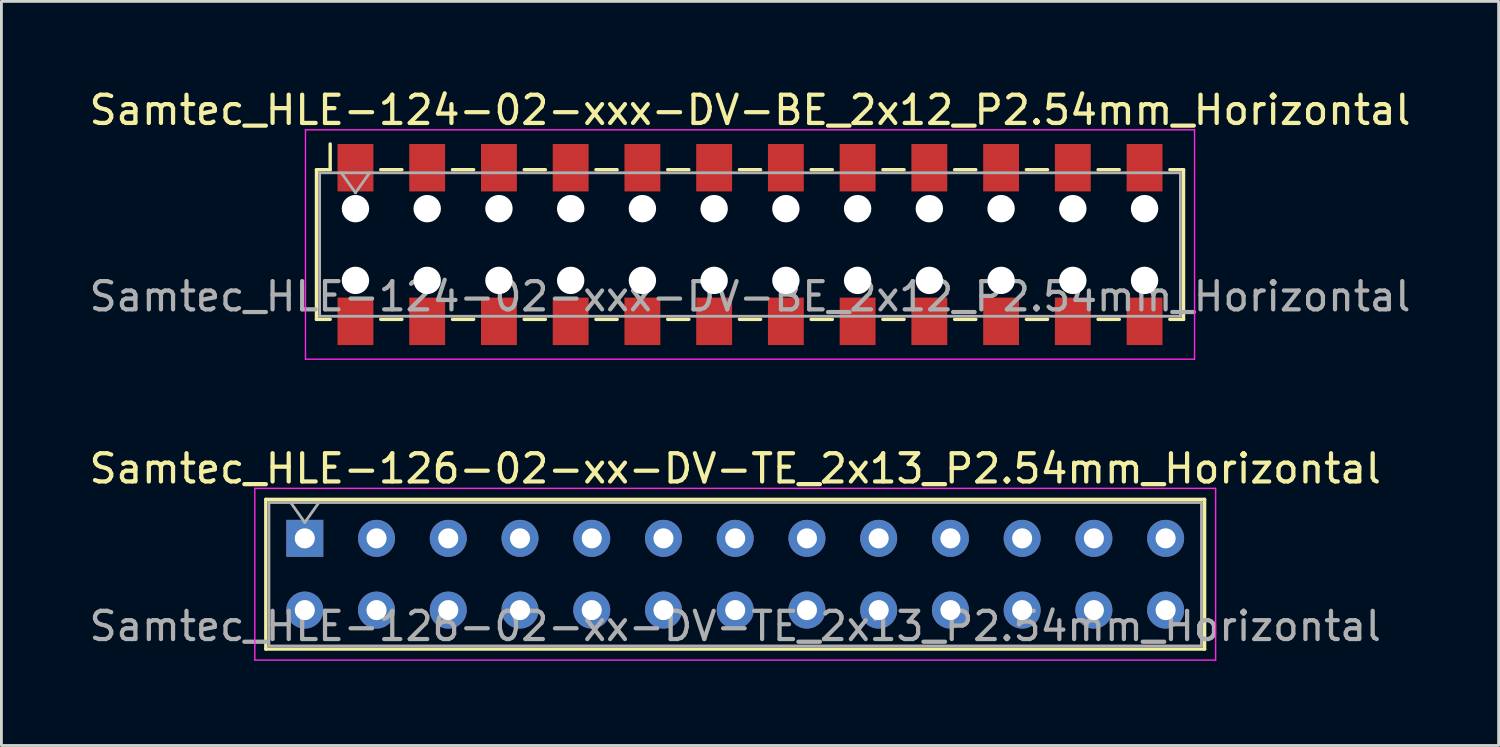
<source format=kicad_pcb>
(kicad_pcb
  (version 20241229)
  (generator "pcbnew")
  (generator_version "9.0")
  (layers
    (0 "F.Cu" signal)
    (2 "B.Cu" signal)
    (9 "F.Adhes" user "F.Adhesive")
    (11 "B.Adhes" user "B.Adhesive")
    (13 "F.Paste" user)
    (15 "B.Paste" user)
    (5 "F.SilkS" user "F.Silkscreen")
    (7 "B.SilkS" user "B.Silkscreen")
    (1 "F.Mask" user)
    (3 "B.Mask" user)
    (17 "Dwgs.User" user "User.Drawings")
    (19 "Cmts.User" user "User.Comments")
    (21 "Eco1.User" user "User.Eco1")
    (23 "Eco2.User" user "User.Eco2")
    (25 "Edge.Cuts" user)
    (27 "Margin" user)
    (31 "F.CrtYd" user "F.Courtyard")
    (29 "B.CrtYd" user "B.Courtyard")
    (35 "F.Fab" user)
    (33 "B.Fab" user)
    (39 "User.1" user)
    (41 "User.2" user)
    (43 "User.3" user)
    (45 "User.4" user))
  (footprint "Samtec_HLE-124-02-xxx-DV-BE_2x12_P2.54mm_Horizontal"
    (layer "F.Cu")
    (at 23.506 5.608)
    (property "Reference" "Samtec_HLE-124-02-xxx-DV-BE_2x12_P2.54mm_Horizontal" (at 0 -4.76 0) (layer "F.SilkS") (effects (font (size 1 1) (thickness 0.15))))
    (attr smd)
    (fp_line (start -15.35 -2.65) (end -15.35 2.65) (stroke (width 0.12) (type solid)) (layer "F.SilkS"))
    (fp_line (start -15.35 2.65) (end -14.865 2.65) (stroke (width 0.12) (type solid)) (layer "F.SilkS"))
    (fp_line (start -14.865 -3.56) (end -14.865 -2.65) (stroke (width 0.12) (type solid)) (layer "F.SilkS"))
    (fp_line (start -14.865 -2.65) (end -15.35 -2.65) (stroke (width 0.12) (type solid)) (layer "F.SilkS"))
    (fp_line (start -13.075 -2.65) (end -12.325 -2.65) (stroke (width 0.12) (type solid)) (layer "F.SilkS"))
    (fp_line (start -13.075 2.65) (end -12.325 2.65) (stroke (width 0.12) (type solid)) (layer "F.SilkS"))
    (fp_line (start -10.535 -2.65) (end -9.785 -2.65) (stroke (width 0.12) (type solid)) (layer "F.SilkS"))
    (fp_line (start -10.535 2.65) (end -9.785 2.65) (stroke (width 0.12) (type solid)) (layer "F.SilkS"))
    (fp_line (start -7.995 -2.65) (end -7.245 -2.65) (stroke (width 0.12) (type solid)) (layer "F.SilkS"))
    (fp_line (start -7.995 2.65) (end -7.245 2.65) (stroke (width 0.12) (type solid)) (layer "F.SilkS"))
    (fp_line (start -5.455 -2.65) (end -4.705 -2.65) (stroke (width 0.12) (type solid)) (layer "F.SilkS"))
    (fp_line (start -5.455 2.65) (end -4.705 2.65) (stroke (width 0.12) (type solid)) (layer "F.SilkS"))
    (fp_line (start -2.915 -2.65) (end -2.165 -2.65) (stroke (width 0.12) (type solid)) (layer "F.SilkS"))
    (fp_line (start -2.915 2.65) (end -2.165 2.65) (stroke (width 0.12) (type solid)) (layer "F.SilkS"))
    (fp_line (start -0.375 -2.65) (end 0.375 -2.65) (stroke (width 0.12) (type solid)) (layer "F.SilkS"))
    (fp_line (start -0.375 2.65) (end 0.375 2.65) (stroke (width 0.12) (type solid)) (layer "F.SilkS"))
    (fp_line (start 2.165 -2.65) (end 2.915 -2.65) (stroke (width 0.12) (type solid)) (layer "F.SilkS"))
    (fp_line (start 2.165 2.65) (end 2.915 2.65) (stroke (width 0.12) (type solid)) (layer "F.SilkS"))
    (fp_line (start 4.705 -2.65) (end 5.455 -2.65) (stroke (width 0.12) (type solid)) (layer "F.SilkS"))
    (fp_line (start 4.705 2.65) (end 5.455 2.65) (stroke (width 0.12) (type solid)) (layer "F.SilkS"))
    (fp_line (start 7.245 -2.65) (end 7.995 -2.65) (stroke (width 0.12) (type solid)) (layer "F.SilkS"))
    (fp_line (start 7.245 2.65) (end 7.995 2.65) (stroke (width 0.12) (type solid)) (layer "F.SilkS"))
    (fp_line (start 9.785 -2.65) (end 10.535 -2.65) (stroke (width 0.12) (type solid)) (layer "F.SilkS"))
    (fp_line (start 9.785 2.65) (end 10.535 2.65) (stroke (width 0.12) (type solid)) (layer "F.SilkS"))
    (fp_line (start 12.325 -2.65) (end 13.075 -2.65) (stroke (width 0.12) (type solid)) (layer "F.SilkS"))
    (fp_line (start 12.325 2.65) (end 13.075 2.65) (stroke (width 0.12) (type solid)) (layer "F.SilkS"))
    (fp_line (start 14.865 -2.65) (end 15.35 -2.65) (stroke (width 0.12) (type solid)) (layer "F.SilkS"))
    (fp_line (start 15.35 -2.65) (end 15.35 2.65) (stroke (width 0.12) (type solid)) (layer "F.SilkS"))
    (fp_line (start 15.35 2.65) (end 14.865 2.65) (stroke (width 0.12) (type solid)) (layer "F.SilkS"))
    (fp_line (start -15.74 -4.06) (end 15.74 -4.06) (stroke (width 0.05) (type solid)) (layer "F.CrtYd"))
    (fp_line (start -15.74 4.06) (end -15.74 -4.06) (stroke (width 0.05) (type solid)) (layer "F.CrtYd"))
    (fp_line (start 15.74 -4.06) (end 15.74 4.06) (stroke (width 0.05) (type solid)) (layer "F.CrtYd"))
    (fp_line (start 15.74 4.06) (end -15.74 4.06) (stroke (width 0.05) (type solid)) (layer "F.CrtYd"))
    (fp_line (start -15.24 -2.54) (end 15.24 -2.54) (stroke (width 0.1) (type solid)) (layer "F.Fab"))
    (fp_line (start -15.24 2.54) (end -15.24 -2.54) (stroke (width 0.1) (type solid)) (layer "F.Fab"))
    (fp_line (start -14.47 -2.54) (end -13.97 -1.833) (stroke (width 0.1) (type solid)) (layer "F.Fab"))
    (fp_line (start -13.97 -1.833) (end -13.47 -2.54) (stroke (width 0.1) (type solid)) (layer "F.Fab"))
    (fp_line (start 15.24 -2.54) (end 15.24 2.54) (stroke (width 0.1) (type solid)) (layer "F.Fab"))
    (fp_line (start 15.24 2.54) (end -15.24 2.54) (stroke (width 0.1) (type solid)) (layer "F.Fab"))
    (fp_text user "${REFERENCE}" (at 0 1.84 0) (layer "F.Fab") (effects (font (size 1 1) (thickness 0.15))))
    (pad "" np_thru_hole circle (at -13.97 -1.27) (size 0.97 0.97) (drill 0.97) (layers "*.Cu" "*.Mask"))
    (pad "" np_thru_hole circle (at -13.97 1.27) (size 0.97 0.97) (drill 0.97) (layers "*.Cu" "*.Mask"))
    (pad "" np_thru_hole circle (at -11.43 -1.27) (size 0.97 0.97) (drill 0.97) (layers "*.Cu" "*.Mask"))
    (pad "" np_thru_hole circle (at -11.43 1.27) (size 0.97 0.97) (drill 0.97) (layers "*.Cu" "*.Mask"))
    (pad "" np_thru_hole circle (at -8.89 -1.27) (size 0.97 0.97) (drill 0.97) (layers "*.Cu" "*.Mask"))
    (pad "" np_thru_hole circle (at -8.89 1.27) (size 0.97 0.97) (drill 0.97) (layers "*.Cu" "*.Mask"))
    (pad "" np_thru_hole circle (at -6.35 -1.27) (size 0.97 0.97) (drill 0.97) (layers "*.Cu" "*.Mask"))
    (pad "" np_thru_hole circle (at -6.35 1.27) (size 0.97 0.97) (drill 0.97) (layers "*.Cu" "*.Mask"))
    (pad "" np_thru_hole circle (at -3.81 -1.27) (size 0.97 0.97) (drill 0.97) (layers "*.Cu" "*.Mask"))
    (pad "" np_thru_hole circle (at -3.81 1.27) (size 0.97 0.97) (drill 0.97) (layers "*.Cu" "*.Mask"))
    (pad "" np_thru_hole circle (at -1.27 -1.27) (size 0.97 0.97) (drill 0.97) (layers "*.Cu" "*.Mask"))
    (pad "" np_thru_hole circle (at -1.27 1.27) (size 0.97 0.97) (drill 0.97) (layers "*.Cu" "*.Mask"))
    (pad "" np_thru_hole circle (at 1.27 -1.27) (size 0.97 0.97) (drill 0.97) (layers "*.Cu" "*.Mask"))
    (pad "" np_thru_hole circle (at 1.27 1.27) (size 0.97 0.97) (drill 0.97) (layers "*.Cu" "*.Mask"))
    (pad "" np_thru_hole circle (at 3.81 -1.27) (size 0.97 0.97) (drill 0.97) (layers "*.Cu" "*.Mask"))
    (pad "" np_thru_hole circle (at 3.81 1.27) (size 0.97 0.97) (drill 0.97) (layers "*.Cu" "*.Mask"))
    (pad "" np_thru_hole circle (at 6.35 -1.27) (size 0.97 0.97) (drill 0.97) (layers "*.Cu" "*.Mask"))
    (pad "" np_thru_hole circle (at 6.35 1.27) (size 0.97 0.97) (drill 0.97) (layers "*.Cu" "*.Mask"))
    (pad "" np_thru_hole circle (at 8.89 -1.27) (size 0.97 0.97) (drill 0.97) (layers "*.Cu" "*.Mask"))
    (pad "" np_thru_hole circle (at 8.89 1.27) (size 0.97 0.97) (drill 0.97) (layers "*.Cu" "*.Mask"))
    (pad "" np_thru_hole circle (at 11.43 -1.27) (size 0.97 0.97) (drill 0.97) (layers "*.Cu" "*.Mask"))
    (pad "" np_thru_hole circle (at 11.43 1.27) (size 0.97 0.97) (drill 0.97) (layers "*.Cu" "*.Mask"))
    (pad "" np_thru_hole circle (at 13.97 -1.27) (size 0.97 0.97) (drill 0.97) (layers "*.Cu" "*.Mask"))
    (pad "" np_thru_hole circle (at 13.97 1.27) (size 0.97 0.97) (drill 0.97) (layers "*.Cu" "*.Mask"))
    (pad "1" smd rect (at -13.97 -2.72) (size 1.27 1.68) (layers "F.Cu" "F.Mask" "F.Paste"))
    (pad "2" smd rect (at -13.97 2.72) (size 1.27 1.68) (layers "F.Cu" "F.Mask" "F.Paste"))
    (pad "3" smd rect (at -11.43 -2.72) (size 1.27 1.68) (layers "F.Cu" "F.Mask" "F.Paste"))
    (pad "4" smd rect (at -11.43 2.72) (size 1.27 1.68) (layers "F.Cu" "F.Mask" "F.Paste"))
    (pad "5" smd rect (at -8.89 -2.72) (size 1.27 1.68) (layers "F.Cu" "F.Mask" "F.Paste"))
    (pad "6" smd rect (at -8.89 2.72) (size 1.27 1.68) (layers "F.Cu" "F.Mask" "F.Paste"))
    (pad "7" smd rect (at -6.35 -2.72) (size 1.27 1.68) (layers "F.Cu" "F.Mask" "F.Paste"))
    (pad "8" smd rect (at -6.35 2.72) (size 1.27 1.68) (layers "F.Cu" "F.Mask" "F.Paste"))
    (pad "9" smd rect (at -3.81 -2.72) (size 1.27 1.68) (layers "F.Cu" "F.Mask" "F.Paste"))
    (pad "10" smd rect (at -3.81 2.72) (size 1.27 1.68) (layers "F.Cu" "F.Mask" "F.Paste"))
    (pad "11" smd rect (at -1.27 -2.72) (size 1.27 1.68) (layers "F.Cu" "F.Mask" "F.Paste"))
    (pad "12" smd rect (at -1.27 2.72) (size 1.27 1.68) (layers "F.Cu" "F.Mask" "F.Paste"))
    (pad "13" smd rect (at 1.27 -2.72) (size 1.27 1.68) (layers "F.Cu" "F.Mask" "F.Paste"))
    (pad "14" smd rect (at 1.27 2.72) (size 1.27 1.68) (layers "F.Cu" "F.Mask" "F.Paste"))
    (pad "15" smd rect (at 3.81 -2.72) (size 1.27 1.68) (layers "F.Cu" "F.Mask" "F.Paste"))
    (pad "16" smd rect (at 3.81 2.72) (size 1.27 1.68) (layers "F.Cu" "F.Mask" "F.Paste"))
    (pad "17" smd rect (at 6.35 -2.72) (size 1.27 1.68) (layers "F.Cu" "F.Mask" "F.Paste"))
    (pad "18" smd rect (at 6.35 2.72) (size 1.27 1.68) (layers "F.Cu" "F.Mask" "F.Paste"))
    (pad "19" smd rect (at 8.89 -2.72) (size 1.27 1.68) (layers "F.Cu" "F.Mask" "F.Paste"))
    (pad "20" smd rect (at 8.89 2.72) (size 1.27 1.68) (layers "F.Cu" "F.Mask" "F.Paste"))
    (pad "21" smd rect (at 11.43 -2.72) (size 1.27 1.68) (layers "F.Cu" "F.Mask" "F.Paste"))
    (pad "22" smd rect (at 11.43 2.72) (size 1.27 1.68) (layers "F.Cu" "F.Mask" "F.Paste"))
    (pad "23" smd rect (at 13.97 -2.72) (size 1.27 1.68) (layers "F.Cu" "F.Mask" "F.Paste"))
    (pad "24" smd rect (at 13.97 2.72) (size 1.27 1.68) (layers "F.Cu" "F.Mask" "F.Paste")))
  (footprint "Samtec_HLE-126-02-xx-DV-TE_2x13_P2.54mm_Horizontal"
    (layer "F.Cu")
    (at 7.742 16.012)
    (property "Reference" "Samtec_HLE-126-02-xx-DV-TE_2x13_P2.54mm_Horizontal" (at 15.24 -2.47 0) (layer "F.SilkS") (effects (font (size 1 1) (thickness 0.15))))
    (attr through_hole)
    (fp_line (start -1.38 -1.38) (end 31.86 -1.38) (stroke (width 0.12) (type solid)) (layer "F.SilkS"))
    (fp_line (start -1.38 3.92) (end -1.38 -1.38) (stroke (width 0.12) (type solid)) (layer "F.SilkS"))
    (fp_line (start 31.86 -1.38) (end 31.86 3.92) (stroke (width 0.12) (type solid)) (layer "F.SilkS"))
    (fp_line (start 31.86 3.92) (end -1.38 3.92) (stroke (width 0.12) (type solid)) (layer "F.SilkS"))
    (fp_line (start -1.77 -1.77) (end 32.25 -1.77) (stroke (width 0.05) (type solid)) (layer "F.CrtYd"))
    (fp_line (start -1.77 4.31) (end -1.77 -1.77) (stroke (width 0.05) (type solid)) (layer "F.CrtYd"))
    (fp_line (start 32.25 -1.77) (end 32.25 4.31) (stroke (width 0.05) (type solid)) (layer "F.CrtYd"))
    (fp_line (start 32.25 4.31) (end -1.77 4.31) (stroke (width 0.05) (type solid)) (layer "F.CrtYd"))
    (fp_line (start -1.27 -1.27) (end 31.75 -1.27) (stroke (width 0.1) (type solid)) (layer "F.Fab"))
    (fp_line (start -1.27 3.81) (end -1.27 -1.27) (stroke (width 0.1) (type solid)) (layer "F.Fab"))
    (fp_line (start -0.5 -1.27) (end 0 -0.563) (stroke (width 0.1) (type solid)) (layer "F.Fab"))
    (fp_line (start 0 -0.563) (end 0.5 -1.27) (stroke (width 0.1) (type solid)) (layer "F.Fab"))
    (fp_line (start 31.75 -1.27) (end 31.75 3.81) (stroke (width 0.1) (type solid)) (layer "F.Fab"))
    (fp_line (start 31.75 3.81) (end -1.27 3.81) (stroke (width 0.1) (type solid)) (layer "F.Fab"))
    (fp_text user "${REFERENCE}" (at 15.24 3.11 0) (layer "F.Fab") (effects (font (size 1 1) (thickness 0.15))))
    (pad "1" thru_hole rect (at 0 0) (size 1.31 1.31) (drill 0.71) (layers "*.Cu" "*.Mask"))
    (pad "2" thru_hole circle (at 0 2.54) (size 1.31 1.31) (drill 0.71) (layers "*.Cu" "*.Mask"))
    (pad "3" thru_hole circle (at 2.54 0) (size 1.31 1.31) (drill 0.71) (layers "*.Cu" "*.Mask"))
    (pad "4" thru_hole circle (at 2.54 2.54) (size 1.31 1.31) (drill 0.71) (layers "*.Cu" "*.Mask"))
    (pad "5" thru_hole circle (at 5.08 0) (size 1.31 1.31) (drill 0.71) (layers "*.Cu" "*.Mask"))
    (pad "6" thru_hole circle (at 5.08 2.54) (size 1.31 1.31) (drill 0.71) (layers "*.Cu" "*.Mask"))
    (pad "7" thru_hole circle (at 7.62 0) (size 1.31 1.31) (drill 0.71) (layers "*.Cu" "*.Mask"))
    (pad "8" thru_hole circle (at 7.62 2.54) (size 1.31 1.31) (drill 0.71) (layers "*.Cu" "*.Mask"))
    (pad "9" thru_hole circle (at 10.16 0) (size 1.31 1.31) (drill 0.71) (layers "*.Cu" "*.Mask"))
    (pad "10" thru_hole circle (at 10.16 2.54) (size 1.31 1.31) (drill 0.71) (layers "*.Cu" "*.Mask"))
    (pad "11" thru_hole circle (at 12.7 0) (size 1.31 1.31) (drill 0.71) (layers "*.Cu" "*.Mask"))
    (pad "12" thru_hole circle (at 12.7 2.54) (size 1.31 1.31) (drill 0.71) (layers "*.Cu" "*.Mask"))
    (pad "13" thru_hole circle (at 15.24 0) (size 1.31 1.31) (drill 0.71) (layers "*.Cu" "*.Mask"))
    (pad "14" thru_hole circle (at 15.24 2.54) (size 1.31 1.31) (drill 0.71) (layers "*.Cu" "*.Mask"))
    (pad "15" thru_hole circle (at 17.78 0) (size 1.31 1.31) (drill 0.71) (layers "*.Cu" "*.Mask"))
    (pad "16" thru_hole circle (at 17.78 2.54) (size 1.31 1.31) (drill 0.71) (layers "*.Cu" "*.Mask"))
    (pad "17" thru_hole circle (at 20.32 0) (size 1.31 1.31) (drill 0.71) (layers "*.Cu" "*.Mask"))
    (pad "18" thru_hole circle (at 20.32 2.54) (size 1.31 1.31) (drill 0.71) (layers "*.Cu" "*.Mask"))
    (pad "19" thru_hole circle (at 22.86 0) (size 1.31 1.31) (drill 0.71) (layers "*.Cu" "*.Mask"))
    (pad "20" thru_hole circle (at 22.86 2.54) (size 1.31 1.31) (drill 0.71) (layers "*.Cu" "*.Mask"))
    (pad "21" thru_hole circle (at 25.4 0) (size 1.31 1.31) (drill 0.71) (layers "*.Cu" "*.Mask"))
    (pad "22" thru_hole circle (at 25.4 2.54) (size 1.31 1.31) (drill 0.71) (layers "*.Cu" "*.Mask"))
    (pad "23" thru_hole circle (at 27.94 0) (size 1.31 1.31) (drill 0.71) (layers "*.Cu" "*.Mask"))
    (pad "24" thru_hole circle (at 27.94 2.54) (size 1.31 1.31) (drill 0.71) (layers "*.Cu" "*.Mask"))
    (pad "25" thru_hole circle (at 30.48 0) (size 1.31 1.31) (drill 0.71) (layers "*.Cu" "*.Mask"))
    (pad "26" thru_hole circle (at 30.48 2.54) (size 1.31 1.31) (drill 0.71) (layers "*.Cu" "*.Mask")))
  (gr_rect
    (start -3 -3)
    (end 50.012 23.346)
    (stroke (width 0.1) (type default))
    (fill no)
    (layer "Edge.Cuts")))
</source>
